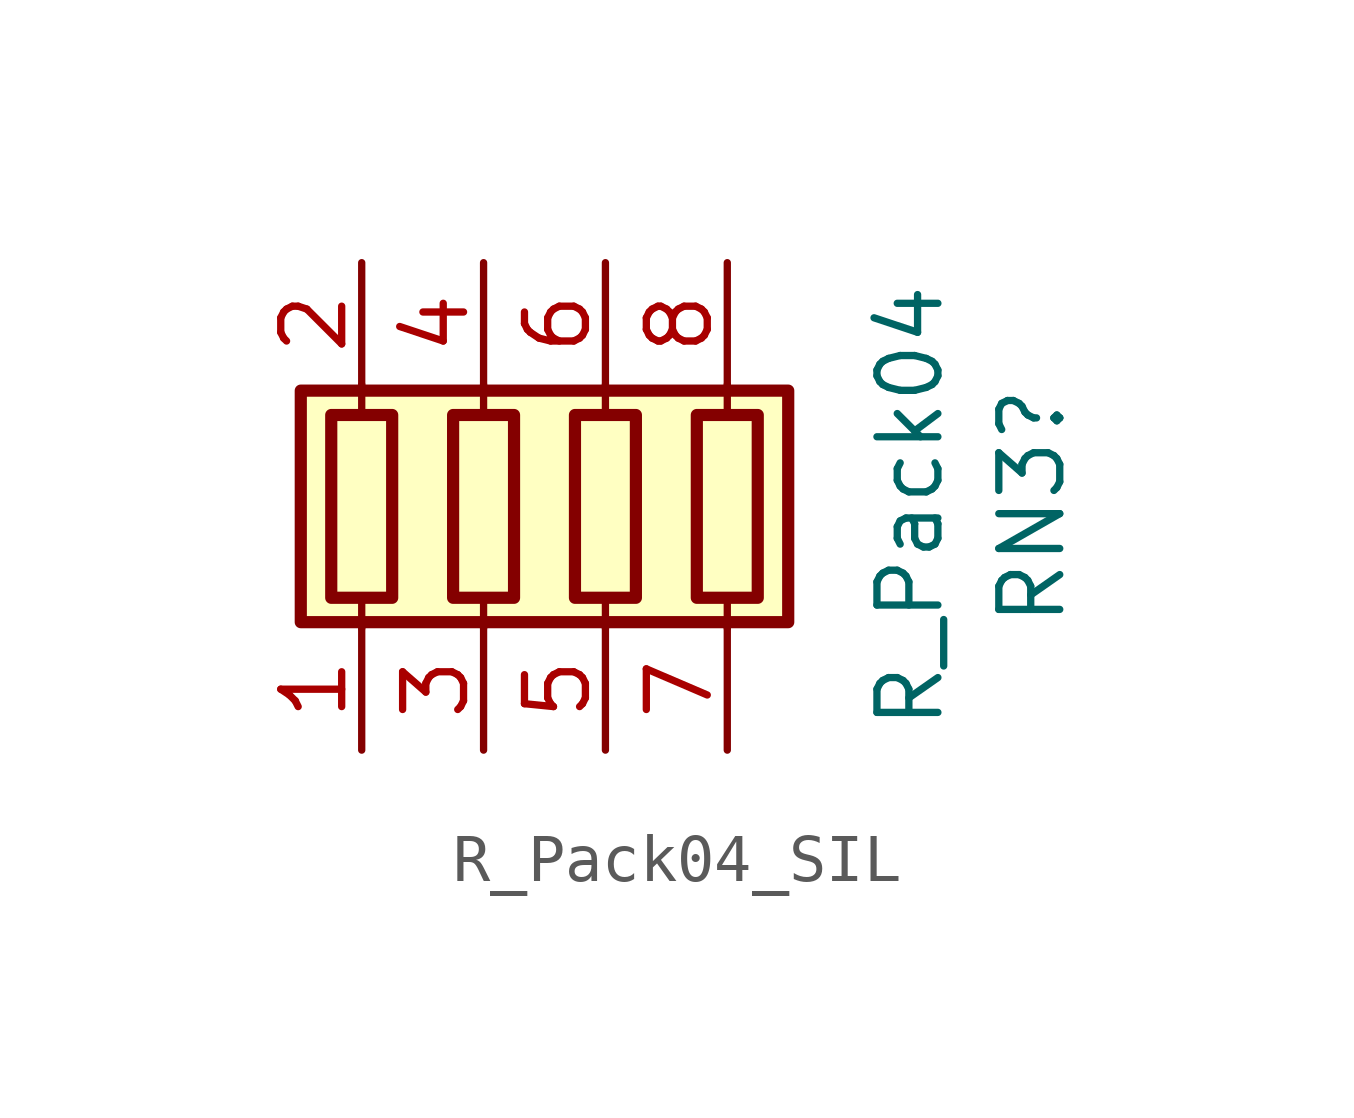
<source format=kicad_sym>
(kicad_symbol_lib
  (version 20231120)
  (generator "kicad_symbol_editor")
  (generator_version "8.0")
  (symbol "R_Pack04_SIL"
    (pin_names
      (offset 0) hide)
    (property "Reference" "RN3"
      (at 8.89 0 90)
      (effects (font (size 1.27 1.27))))
    (property "Value" "R_Pack04"
      (at 6.35 0 90)
      (effects (font (size 1.27 1.27))))
    (symbol "R_Pack04_SIL_0_1"
      (rectangle (start -6.35 -2.413) (end 3.81 2.413) (stroke (width 0.254) (type default)) (fill (type background)))
      (rectangle (start -5.715 1.905) (end -4.445 -1.905) (stroke (width 0.254) (type default)) (fill (type none)))
      (rectangle (start -3.175 1.905) (end -1.905 -1.905) (stroke (width 0.254) (type default)) (fill (type none)))
      (rectangle (start -0.635 1.905) (end 0.635 -1.905) (stroke (width 0.254) (type default)) (fill (type none)))
      (polyline (pts (xy -5.08 -2.54) (xy -5.08 -1.905)) (stroke (width 0) (type default)) (fill (type none)))
      (polyline (pts (xy -5.08 1.905) (xy -5.08 2.54)) (stroke (width 0) (type default)) (fill (type none)))
      (polyline (pts (xy -2.54 -2.54) (xy -2.54 -1.905)) (stroke (width 0) (type default)) (fill (type none)))
      (polyline (pts (xy -2.54 1.905) (xy -2.54 2.54)) (stroke (width 0) (type default)) (fill (type none)))
      (polyline (pts (xy 0 -2.54) (xy 0 -1.905)) (stroke (width 0) (type default)) (fill (type none)))
      (polyline (pts (xy 0 1.905) (xy 0 2.54)) (stroke (width 0) (type default)) (fill (type none)))
      (polyline (pts (xy 2.54 -2.54) (xy 2.54 -1.905)) (stroke (width 0) (type default)) (fill (type none)))
      (polyline (pts (xy 2.54 1.905) (xy 2.54 2.54)) (stroke (width 0) (type default)) (fill (type none)))
      (rectangle (start 1.905 1.905) (end 3.175 -1.905) (stroke (width 0.254) (type default)) (fill (type none))))
    (symbol "R_Pack04_SIL_1_1"
      (pin passive line (at -5.08 -5.08 90) (length 2.54) (name "R1.1" (effects (font (size 1.27 1.27)))) (number "1" (effects (font (size 1.27 1.27)))))
      (pin passive line (at -5.08 5.08 270) (length 2.54) (name "R1.2" (effects (font (size 1.27 1.27)))) (number "2" (effects (font (size 1.27 1.27)))))
      (pin passive line (at -2.54 -5.08 90) (length 2.54) (name "R2.1" (effects (font (size 1.27 1.27)))) (number "3" (effects (font (size 1.27 1.27)))))
      (pin passive line (at -2.54 5.08 270) (length 2.54) (name "R2.2" (effects (font (size 1.27 1.27)))) (number "4" (effects (font (size 1.27 1.27)))))
      (pin passive line (at 0 -5.08 90) (length 2.54) (name "R3.1" (effects (font (size 1.27 1.27)))) (number "5" (effects (font (size 1.27 1.27)))))
      (pin passive line (at 0 5.08 270) (length 2.54) (name "R3.2" (effects (font (size 1.27 1.27)))) (number "6" (effects (font (size 1.27 1.27)))))
      (pin passive line (at 2.54 -5.08 90) (length 2.54) (name "R4.1" (effects (font (size 1.27 1.27)))) (number "7" (effects (font (size 1.27 1.27)))))
      (pin passive line (at 2.54 5.08 270) (length 2.54) (name "R4.2" (effects (font (size 1.27 1.27)))) (number "8" (effects (font (size 1.27 1.27))))))))
</source>
